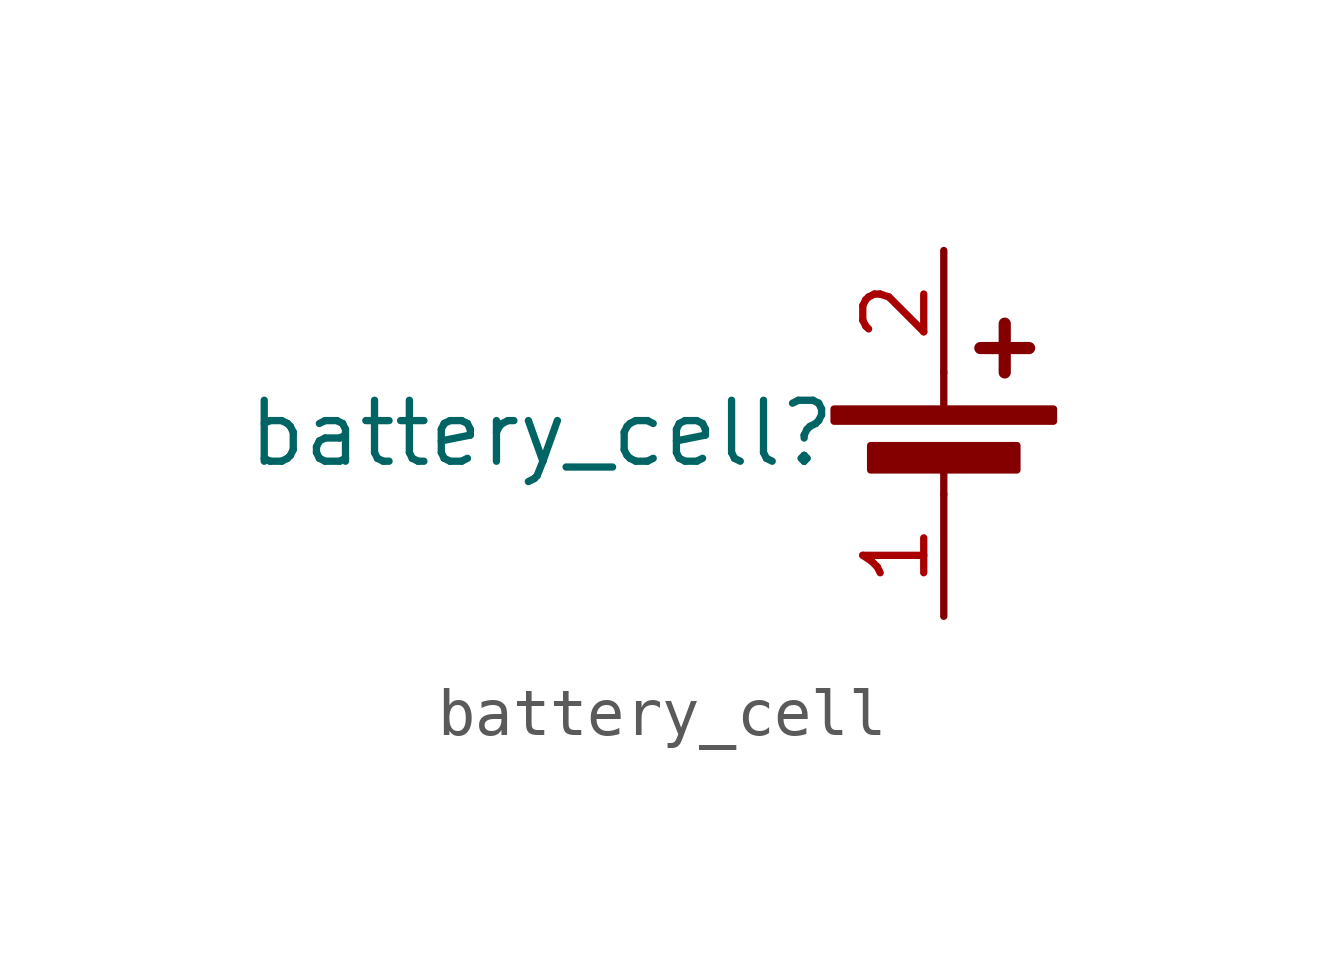
<source format=kicad_sym>
(kicad_symbol_lib
  (version 20231120)
  (generator "kicad_symbol_editor")
  (generator_version "8.0")
  (symbol "battery_cell"
    (property "Reference" "battery_cell"
      (at -8.382 0 0)
      (effects (font (size 1.27 1.27))))
    (property "Value" ""
      (at 0 0 0)
      (effects (font (size 1.27 1.27))))
    (symbol "battery_cell_0_1"
      (rectangle (start -2.286 0.508) (end 2.286 0.254) (stroke (width 0) (type default)) (fill (type outline)))
      (rectangle (start -1.524 -0.254) (end 1.524 -0.762) (stroke (width 0) (type default)) (fill (type outline)))
      (polyline (pts (xy 0 -0.508) (xy 0 -1.27)) (stroke (width 0) (type default)) (fill (type none)))
      (polyline (pts (xy 0 0.508) (xy 0 1.27)) (stroke (width 0) (type default)) (fill (type none)))
      (polyline (pts (xy 0.762 1.778) (xy 1.778 1.778)) (stroke (width 0.254) (type default)) (fill (type none)))
      (polyline (pts (xy 1.27 2.286) (xy 1.27 1.27)) (stroke (width 0.254) (type default)) (fill (type none))))
    (symbol "battery_cell_1_1"
      (pin passive line (at 0 -3.81 90) (length 2.54) (name "" (effects (font (size 1.27 1.27)))) (number "1" (effects (font (size 1.27 1.27)))))
      (pin passive line (at 0 3.81 270) (length 2.54) (name "" (effects (font (size 1.27 1.27)))) (number "2" (effects (font (size 1.27 1.27))))))))
</source>
